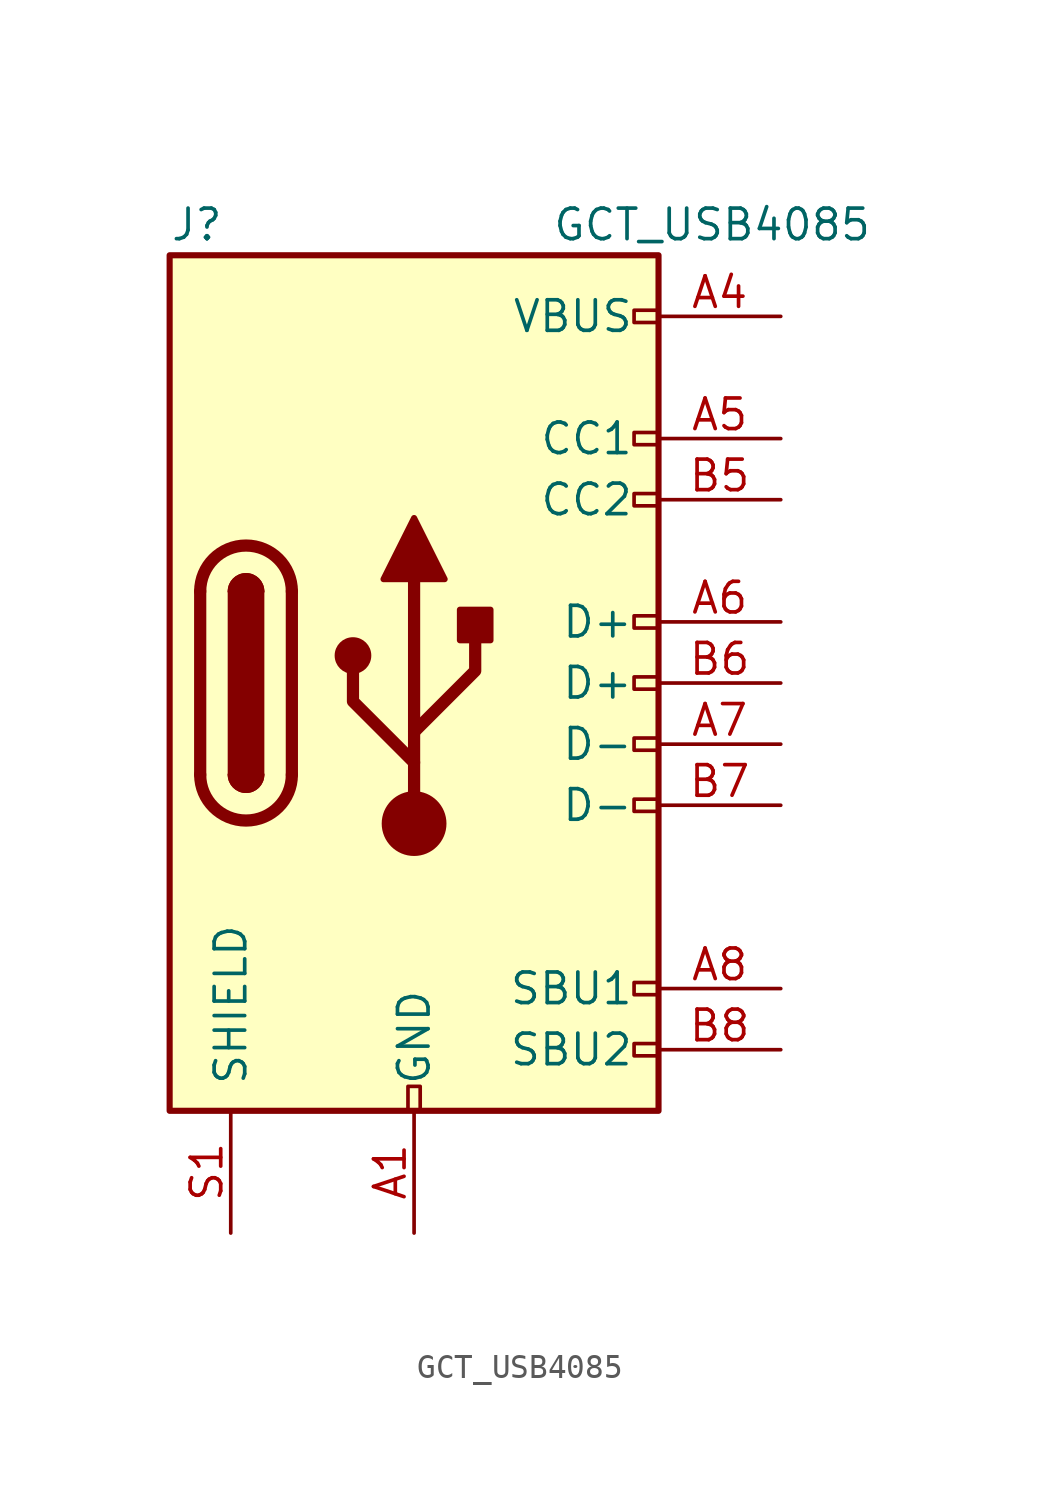
<source format=kicad_sym>
(kicad_symbol_lib
  (version 20211014)
  (generator kicad_symbol_editor)
  (symbol "GCT_USB4085"
    (pin_names
      (offset 1.016))
    (property "Reference" "J"
      (at -10.16 19.05 0)
      (effects (font (size 1.27 1.27)) (justify left)))
    (property "Value" "GCT_USB4085"
      (at 19.05 19.05 0)
      (effects (font (size 1.27 1.27)) (justify right)))
    (symbol "GCT_USB4085_0_0"
      (rectangle (start -0.254 -17.78) (end 0.254 -16.764) (stroke (width 0) (type default) (color 0 0 0 0)) (fill (type none)))
      (rectangle (start 10.16 -14.986) (end 9.144 -15.494) (stroke (width 0) (type default) (color 0 0 0 0)) (fill (type none)))
      (rectangle (start 10.16 -12.446) (end 9.144 -12.954) (stroke (width 0) (type default) (color 0 0 0 0)) (fill (type none)))
      (rectangle (start 10.16 -4.826) (end 9.144 -5.334) (stroke (width 0) (type default) (color 0 0 0 0)) (fill (type none)))
      (rectangle (start 10.16 -2.286) (end 9.144 -2.794) (stroke (width 0) (type default) (color 0 0 0 0)) (fill (type none)))
      (rectangle (start 10.16 0.254) (end 9.144 -0.254) (stroke (width 0) (type default) (color 0 0 0 0)) (fill (type none)))
      (rectangle (start 10.16 2.794) (end 9.144 2.286) (stroke (width 0) (type default) (color 0 0 0 0)) (fill (type none)))
      (rectangle (start 10.16 7.874) (end 9.144 7.366) (stroke (width 0) (type default) (color 0 0 0 0)) (fill (type none)))
      (rectangle (start 10.16 10.414) (end 9.144 9.906) (stroke (width 0) (type default) (color 0 0 0 0)) (fill (type none)))
      (rectangle (start 10.16 15.494) (end 9.144 14.986) (stroke (width 0) (type default) (color 0 0 0 0)) (fill (type none))))
    (symbol "GCT_USB4085_0_1"
      (rectangle (start -10.16 17.78) (end 10.16 -17.78) (stroke (width 0.254) (type default) (color 0 0 0 0)) (fill (type background)))
      (arc (start -8.89 -3.81) (mid -6.985 -5.715) (end -5.08 -3.81) (stroke (width 0.508) (type default) (color 0 0 0 0)) (fill (type none)))
      (arc (start -7.62 -3.81) (mid -6.985 -4.445) (end -6.35 -3.81) (stroke (width 0.254) (type default) (color 0 0 0 0)) (fill (type none)))
      (arc (start -7.62 -3.81) (mid -6.985 -4.445) (end -6.35 -3.81) (stroke (width 0.254) (type default) (color 0 0 0 0)) (fill (type outline)))
      (rectangle (start -7.62 -3.81) (end -6.35 3.81) (stroke (width 0.254) (type default) (color 0 0 0 0)) (fill (type outline)))
      (arc (start -6.35 3.81) (mid -6.985 4.445) (end -7.62 3.81) (stroke (width 0.254) (type default) (color 0 0 0 0)) (fill (type none)))
      (arc (start -6.35 3.81) (mid -6.985 4.445) (end -7.62 3.81) (stroke (width 0.254) (type default) (color 0 0 0 0)) (fill (type outline)))
      (arc (start -5.08 3.81) (mid -6.985 5.715) (end -8.89 3.81) (stroke (width 0.508) (type default) (color 0 0 0 0)) (fill (type none)))
      (circle (center -2.54 1.143) (radius 0.635) (stroke (width 0.254) (type default) (color 0 0 0 0)) (fill (type outline)))
      (circle (center 0 -5.842) (radius 1.27) (stroke (width 0) (type default) (color 0 0 0 0)) (fill (type outline)))
      (polyline (pts (xy -8.89 -3.81) (xy -8.89 3.81)) (stroke (width 0.508) (type default) (color 0 0 0 0)) (fill (type none)))
      (polyline (pts (xy -5.08 3.81) (xy -5.08 -3.81)) (stroke (width 0.508) (type default) (color 0 0 0 0)) (fill (type none)))
      (polyline (pts (xy 0 -5.842) (xy 0 4.318)) (stroke (width 0.508) (type default) (color 0 0 0 0)) (fill (type none)))
      (polyline (pts (xy 0 -3.302) (xy -2.54 -0.762) (xy -2.54 0.508)) (stroke (width 0.508) (type default) (color 0 0 0 0)) (fill (type none)))
      (polyline (pts (xy 0 -2.032) (xy 2.54 0.508) (xy 2.54 1.778)) (stroke (width 0.508) (type default) (color 0 0 0 0)) (fill (type none)))
      (polyline (pts (xy -1.27 4.318) (xy 0 6.858) (xy 1.27 4.318) (xy -1.27 4.318)) (stroke (width 0.254) (type default) (color 0 0 0 0)) (fill (type outline)))
      (rectangle (start 1.905 1.778) (end 3.175 3.048) (stroke (width 0.254) (type default) (color 0 0 0 0)) (fill (type outline))))
    (symbol "GCT_USB4085_1_1"
      (pin passive line (at 0 -22.86 90) (length 5.08) (name "GND" (effects (font (size 1.27 1.27)))) (number "A1" (effects (font (size 1.27 1.27)))))
      (pin passive line (at 0 -22.86 90) (length 5.08) hide (name "GND" (effects (font (size 1.27 1.27)))) (number "A12" (effects (font (size 1.27 1.27)))))
      (pin passive line (at 15.24 15.24 180) (length 5.08) (name "VBUS" (effects (font (size 1.27 1.27)))) (number "A4" (effects (font (size 1.27 1.27)))))
      (pin bidirectional line (at 15.24 10.16 180) (length 5.08) (name "CC1" (effects (font (size 1.27 1.27)))) (number "A5" (effects (font (size 1.27 1.27)))))
      (pin bidirectional line (at 15.24 2.54 180) (length 5.08) (name "D+" (effects (font (size 1.27 1.27)))) (number "A6" (effects (font (size 1.27 1.27)))))
      (pin bidirectional line (at 15.24 -2.54 180) (length 5.08) (name "D-" (effects (font (size 1.27 1.27)))) (number "A7" (effects (font (size 1.27 1.27)))))
      (pin bidirectional line (at 15.24 -12.7 180) (length 5.08) (name "SBU1" (effects (font (size 1.27 1.27)))) (number "A8" (effects (font (size 1.27 1.27)))))
      (pin passive line (at 15.24 15.24 180) (length 5.08) hide (name "VBUS" (effects (font (size 1.27 1.27)))) (number "A9" (effects (font (size 1.27 1.27)))))
      (pin passive line (at 0 -22.86 90) (length 5.08) hide (name "GND" (effects (font (size 1.27 1.27)))) (number "B1" (effects (font (size 1.27 1.27)))))
      (pin passive line (at 0 -22.86 90) (length 5.08) hide (name "GND" (effects (font (size 1.27 1.27)))) (number "B12" (effects (font (size 1.27 1.27)))))
      (pin passive line (at 15.24 15.24 180) (length 5.08) hide (name "VBUS" (effects (font (size 1.27 1.27)))) (number "B4" (effects (font (size 1.27 1.27)))))
      (pin bidirectional line (at 15.24 7.62 180) (length 5.08) (name "CC2" (effects (font (size 1.27 1.27)))) (number "B5" (effects (font (size 1.27 1.27)))))
      (pin bidirectional line (at 15.24 0 180) (length 5.08) (name "D+" (effects (font (size 1.27 1.27)))) (number "B6" (effects (font (size 1.27 1.27)))))
      (pin bidirectional line (at 15.24 -5.08 180) (length 5.08) (name "D-" (effects (font (size 1.27 1.27)))) (number "B7" (effects (font (size 1.27 1.27)))))
      (pin bidirectional line (at 15.24 -15.24 180) (length 5.08) (name "SBU2" (effects (font (size 1.27 1.27)))) (number "B8" (effects (font (size 1.27 1.27)))))
      (pin passive line (at 15.24 15.24 180) (length 5.08) hide (name "VBUS" (effects (font (size 1.27 1.27)))) (number "B9" (effects (font (size 1.27 1.27)))))
      (pin passive line (at -7.62 -22.86 90) (length 5.08) (name "SHIELD" (effects (font (size 1.27 1.27)))) (number "S1" (effects (font (size 1.27 1.27))))))))
</source>
